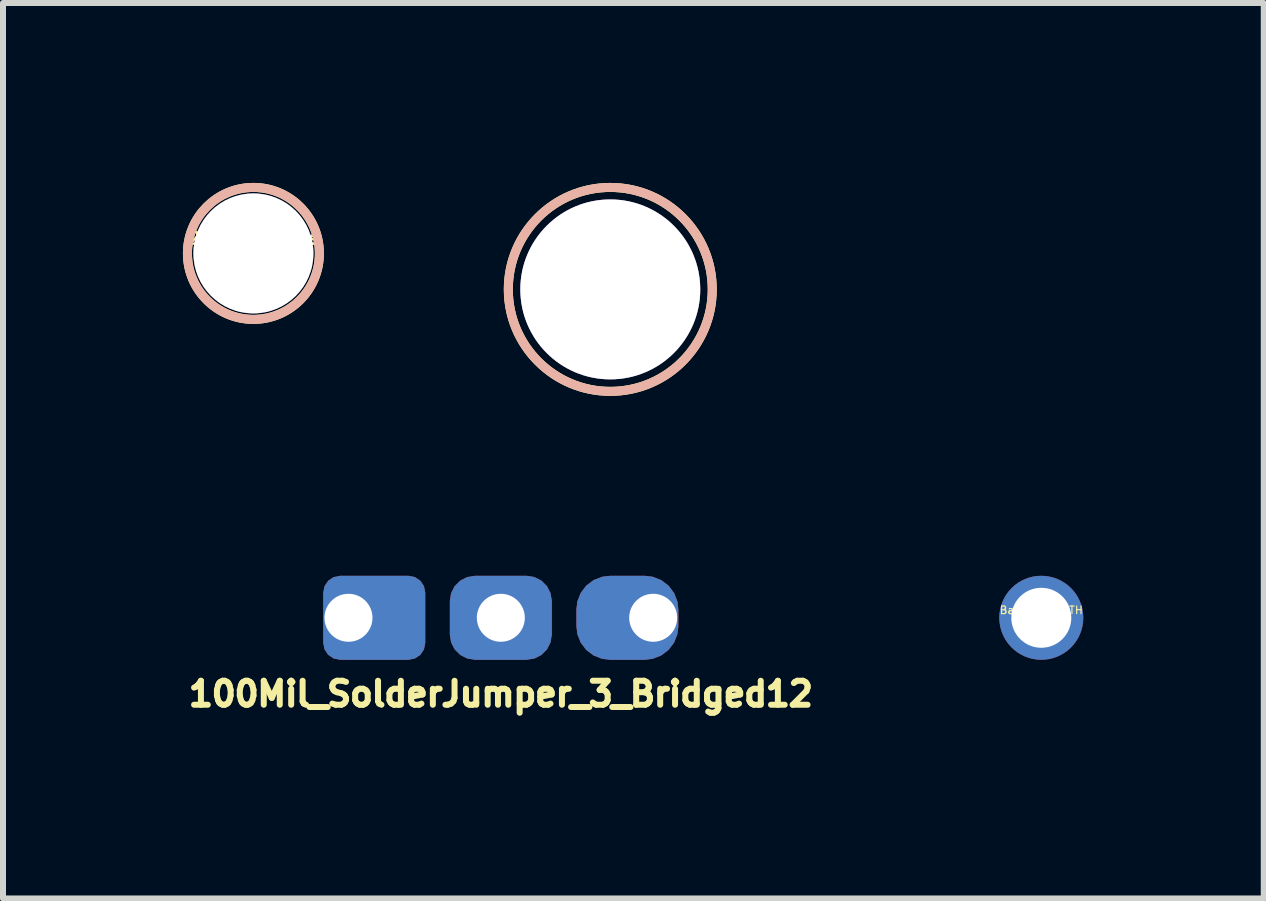
<source format=kicad_pcb>
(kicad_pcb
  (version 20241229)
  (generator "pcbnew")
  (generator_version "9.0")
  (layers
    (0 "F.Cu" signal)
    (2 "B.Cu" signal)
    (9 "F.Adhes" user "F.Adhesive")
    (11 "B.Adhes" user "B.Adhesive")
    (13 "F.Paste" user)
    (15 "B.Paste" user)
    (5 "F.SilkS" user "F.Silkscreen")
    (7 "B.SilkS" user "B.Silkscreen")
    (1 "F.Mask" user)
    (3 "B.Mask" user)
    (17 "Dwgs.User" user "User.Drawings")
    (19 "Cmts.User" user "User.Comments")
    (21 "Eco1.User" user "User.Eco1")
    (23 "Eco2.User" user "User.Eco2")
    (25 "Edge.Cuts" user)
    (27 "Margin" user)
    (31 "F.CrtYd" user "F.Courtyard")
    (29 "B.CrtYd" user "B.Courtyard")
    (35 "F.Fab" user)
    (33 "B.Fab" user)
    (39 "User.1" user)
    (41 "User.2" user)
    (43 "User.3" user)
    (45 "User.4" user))
  (footprint "3mm_DrillHole"
    (layer "F.Cu")
    (at 7.125 1.775)
    (property "Reference" "3mm_DrillHole" (at 0 -0.254 0) (layer "F.SilkS") (effects (font (size 0.2 0.2) (thickness 0.04))))
    (attr through_hole)
    (fp_circle (center 0 0) (end 0 -1.7) (stroke (width 0.15) (type solid)) (fill no) (layer "F.SilkS"))
    (fp_circle (center 0 0) (end 0 -1.7) (stroke (width 0.15) (type solid)) (fill no) (layer "B.SilkS"))
    (pad "" thru_hole circle (at 0 0) (size 3 3) (drill 3) (layers "*.Cu" "*.Mask")))
  (footprint "BackPlated_TH"
    (layer "F.Cu")
    (at 14.311 7.25)
    (property "Reference" "BackPlated_TH" (at 0 -0.127 0) (layer "F.SilkS") (effects (font (size 0.127 0.127) (thickness 0.02))))
    (attr through_hole)
    (pad "" thru_hole circle (at 0 0) (size 1.4 1.4) (drill 1) (layers "*.Mask" "B.Cu")))
  (footprint "2mm_DrillHole"
    (layer "F.Cu")
    (at 1.175 1.175)
    (property "Reference" "2mm_DrillHole" (at 0 -0.254 0) (layer "F.SilkS") (effects (font (size 0.2 0.2) (thickness 0.04))))
    (attr through_hole)
    (fp_circle (center 0 0) (end 0 -1.1) (stroke (width 0.15) (type solid)) (fill no) (layer "F.SilkS"))
    (fp_circle (center 0 0) (end 0 -1.1) (stroke (width 0.15) (type solid)) (fill no) (layer "B.SilkS"))
    (pad "" thru_hole circle (at 0 0) (size 2 2) (drill 2) (layers "*.Cu" "*.Mask")))
  (footprint "100Mil_SolderJumper_3_Bridged12"
    (layer "F.Cu")
    (at 5.3 7.25)
    (property "Reference" "100Mil_SolderJumper_3_Bridged12" (at 0 1.27 0) (layer "F.SilkS") (effects (font (size 0.4 0.4) (thickness 0.1))))
    (attr through_hole)
    (pad "1" thru_hole roundrect (at -2.54 0) (size 1.7 1.4) (drill 0.8 (offset 0.43 0)) (layers "*.Cu" "*.Mask") (roundrect_rratio 0.2))
    (pad "2" thru_hole roundrect (at 0 0) (size 1.7 1.4) (drill 0.8) (layers "*.Cu" "*.Mask") (roundrect_rratio 0.3))
    (pad "3" thru_hole roundrect (at 2.54 0) (size 1.7 1.4) (drill 0.8 (offset -0.43 0)) (layers "*.Cu" "*.Mask") (roundrect_rratio 0.4)))
  (gr_rect
    (start -3 -3)
    (end 18.02 11.93)
    (stroke (width 0.1) (type default))
    (fill no)
    (layer "Edge.Cuts")))
</source>
